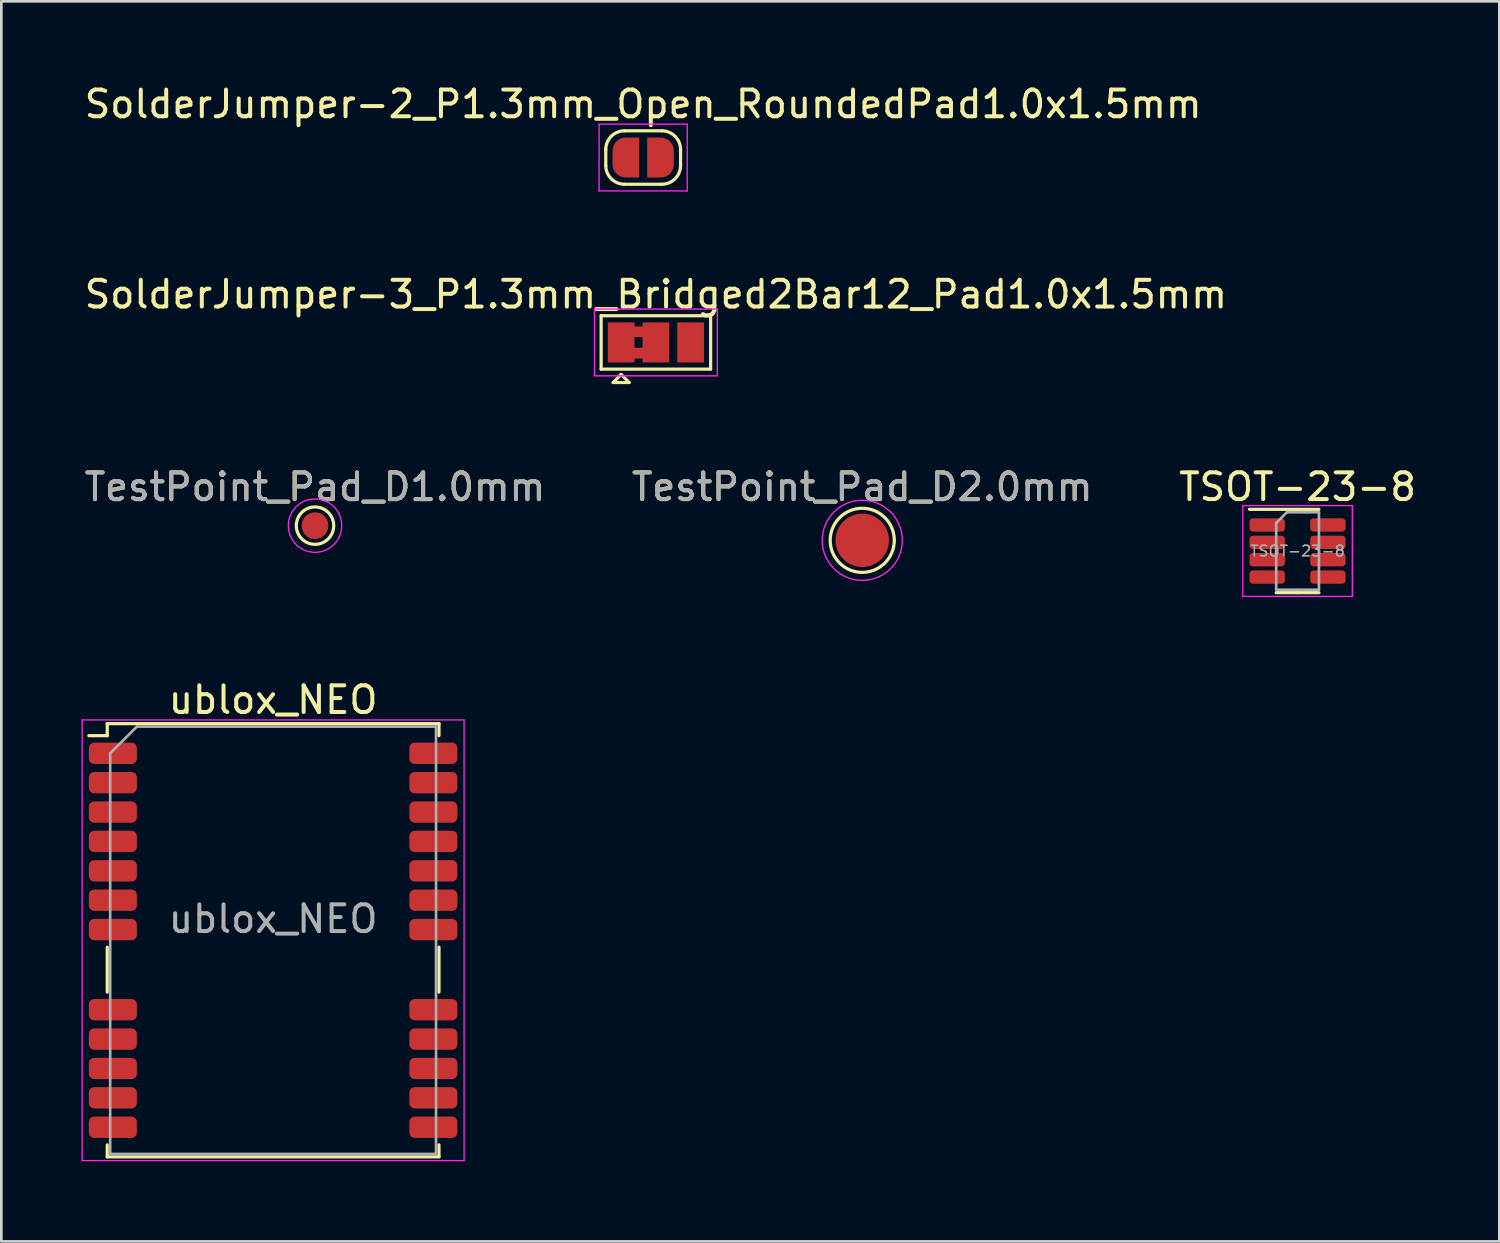
<source format=kicad_pcb>
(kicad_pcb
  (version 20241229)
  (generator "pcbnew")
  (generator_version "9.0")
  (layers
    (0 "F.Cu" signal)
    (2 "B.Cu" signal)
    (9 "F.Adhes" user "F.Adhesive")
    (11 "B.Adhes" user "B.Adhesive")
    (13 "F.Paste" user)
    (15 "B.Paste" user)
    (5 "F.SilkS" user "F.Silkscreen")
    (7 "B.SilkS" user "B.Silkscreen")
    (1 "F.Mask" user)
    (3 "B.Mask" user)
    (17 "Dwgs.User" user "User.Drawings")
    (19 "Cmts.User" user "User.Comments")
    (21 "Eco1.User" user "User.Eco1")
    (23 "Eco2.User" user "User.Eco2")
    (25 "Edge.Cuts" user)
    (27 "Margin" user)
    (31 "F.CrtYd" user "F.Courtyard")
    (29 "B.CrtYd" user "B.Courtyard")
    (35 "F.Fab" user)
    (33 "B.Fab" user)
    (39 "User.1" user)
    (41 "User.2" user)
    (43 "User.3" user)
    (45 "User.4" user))
  (footprint "SolderJumper-2_P1.3mm_Open_RoundedPad1.0x1.5mm"
    (layer "F.Cu")
    (at 21.03 2.848)
    (property "Reference" "SolderJumper-2_P1.3mm_Open_RoundedPad1.0x1.5mm" (at 0 -2 180) (layer "F.SilkS") (effects (font (size 1 1) (thickness 0.15))))
    (attr exclude_from_pos_files)
    (fp_line (start -1.4 0.3) (end -1.4 -0.3) (stroke (width 0.12) (type solid)) (layer "F.SilkS"))
    (fp_line (start -0.7 -1) (end 0.7 -1) (stroke (width 0.12) (type solid)) (layer "F.SilkS"))
    (fp_line (start 0.7 1) (end -0.7 1) (stroke (width 0.12) (type solid)) (layer "F.SilkS"))
    (fp_line (start 1.4 -0.3) (end 1.4 0.3) (stroke (width 0.12) (type solid)) (layer "F.SilkS"))
    (fp_arc (start -1.4 -0.3) (mid -1.194975 -0.794975) (end -0.7 -1) (stroke (width 0.12) (type solid)) (layer "F.SilkS"))
    (fp_arc (start -0.7 1) (mid -1.194975 0.794975) (end -1.4 0.3) (stroke (width 0.12) (type solid)) (layer "F.SilkS"))
    (fp_arc (start 0.7 -1) (mid 1.194975 -0.794975) (end 1.4 -0.3) (stroke (width 0.12) (type solid)) (layer "F.SilkS"))
    (fp_arc (start 1.4 0.3) (mid 1.194975 0.794975) (end 0.7 1) (stroke (width 0.12) (type solid)) (layer "F.SilkS"))
    (fp_line (start -1.65 -1.25) (end -1.65 1.25) (stroke (width 0.05) (type solid)) (layer "F.CrtYd"))
    (fp_line (start -1.65 -1.25) (end 1.65 -1.25) (stroke (width 0.05) (type solid)) (layer "F.CrtYd"))
    (fp_line (start 1.65 1.25) (end -1.65 1.25) (stroke (width 0.05) (type solid)) (layer "F.CrtYd"))
    (fp_line (start 1.65 1.25) (end 1.65 -1.25) (stroke (width 0.05) (type solid)) (layer "F.CrtYd"))
    (pad "1" smd custom (at -0.65 0) (size 1 0.5) (layers "F.Cu" "F.Mask") (options (anchor rect)) (primitives (gr_circle (center 0 0.25) (end 0.5 0.25) (width 0) (fill yes)) (gr_circle (center 0 -0.25) (end 0.5 -0.25) (width 0) (fill yes)) (gr_poly (pts (xy 0.5 0.75) (xy 0 0.75) (xy 0 -0.75) (xy 0.5 -0.75)) (width 0) (fill yes))))
    (pad "2" smd custom (at 0.65 0) (size 1 0.5) (layers "F.Cu" "F.Mask") (options (anchor rect)) (primitives (gr_circle (center 0 0.25) (end 0.5 0.25) (width 0) (fill yes)) (gr_circle (center 0 -0.25) (end 0.5 -0.25) (width 0) (fill yes)) (gr_poly (pts (xy 0 0.75) (xy -0.5 0.75) (xy -0.5 -0.75) (xy 0 -0.75)) (width 0) (fill yes)))))
  (footprint "ublox_NEO"
    (layer "F.Cu")
    (at 7.175 32.153)
    (property "Reference" "ublox_NEO" (at 0 -9 0) (layer "F.SilkS") (effects (font (size 1 1) (thickness 0.15))))
    (attr smd)
    (fp_line (start -6.9 -7.66) (end -6.21 -7.66) (stroke (width 0.12) (type solid)) (layer "F.SilkS"))
    (fp_line (start -6.21 -8.11) (end -6.21 -7.66) (stroke (width 0.12) (type solid)) (layer "F.SilkS"))
    (fp_line (start -6.21 -8.11) (end 6.21 -8.11) (stroke (width 0.12) (type solid)) (layer "F.SilkS"))
    (fp_line (start -6.21 0.26) (end -6.21 1.94) (stroke (width 0.12) (type solid)) (layer "F.SilkS"))
    (fp_line (start -6.21 7.66) (end -6.21 8.11) (stroke (width 0.12) (type solid)) (layer "F.SilkS"))
    (fp_line (start -6.21 8.11) (end 6.21 8.11) (stroke (width 0.12) (type solid)) (layer "F.SilkS"))
    (fp_line (start 6.21 -8.11) (end 6.21 -7.66) (stroke (width 0.12) (type solid)) (layer "F.SilkS"))
    (fp_line (start 6.21 0.26) (end 6.21 1.94) (stroke (width 0.12) (type solid)) (layer "F.SilkS"))
    (fp_line (start 6.21 7.66) (end 6.21 8.1) (stroke (width 0.12) (type solid)) (layer "F.SilkS"))
    (fp_line (start -7.15 -8.25) (end -7.15 8.25) (stroke (width 0.05) (type solid)) (layer "F.CrtYd"))
    (fp_line (start -7.15 -8.25) (end 7.15 -8.25) (stroke (width 0.05) (type solid)) (layer "F.CrtYd"))
    (fp_line (start -7.15 8.25) (end 7.15 8.25) (stroke (width 0.05) (type solid)) (layer "F.CrtYd"))
    (fp_line (start 7.15 -8.25) (end 7.15 8.25) (stroke (width 0.05) (type solid)) (layer "F.CrtYd"))
    (fp_line (start -6.1 -7) (end -6.1 8) (stroke (width 0.1) (type solid)) (layer "F.Fab"))
    (fp_line (start -6.1 8) (end 6.1 8) (stroke (width 0.1) (type solid)) (layer "F.Fab"))
    (fp_line (start -5.1 -8) (end -6.1 -7) (stroke (width 0.1) (type solid)) (layer "F.Fab"))
    (fp_line (start -5.1 -8) (end 6.1 -8) (stroke (width 0.1) (type solid)) (layer "F.Fab"))
    (fp_line (start 6.1 -8) (end 6.1 8) (stroke (width 0.1) (type solid)) (layer "F.Fab"))
    (fp_text user "${REFERENCE}" (at 0 -0.8 0) (layer "F.Fab") (effects (font (size 1 1) (thickness 0.15))))
    (pad "1" smd roundrect (at -6 -7) (size 1.8 0.8) (layers "F.Cu" "F.Mask" "F.Paste") (roundrect_rratio 0.25))
    (pad "2" smd roundrect (at -6 -5.9) (size 1.8 0.8) (layers "F.Cu" "F.Mask" "F.Paste") (roundrect_rratio 0.25))
    (pad "3" smd roundrect (at -6 -4.8) (size 1.8 0.8) (layers "F.Cu" "F.Mask" "F.Paste") (roundrect_rratio 0.25))
    (pad "4" smd roundrect (at -6 -3.7) (size 1.8 0.8) (layers "F.Cu" "F.Mask" "F.Paste") (roundrect_rratio 0.25))
    (pad "5" smd roundrect (at -6 -2.6) (size 1.8 0.8) (layers "F.Cu" "F.Mask" "F.Paste") (roundrect_rratio 0.25))
    (pad "6" smd roundrect (at -6 -1.5) (size 1.8 0.8) (layers "F.Cu" "F.Mask" "F.Paste") (roundrect_rratio 0.25))
    (pad "7" smd roundrect (at -6 -0.4) (size 1.8 0.8) (layers "F.Cu" "F.Mask" "F.Paste") (roundrect_rratio 0.25))
    (pad "8" smd roundrect (at -6 2.6) (size 1.8 0.8) (layers "F.Cu" "F.Mask" "F.Paste") (roundrect_rratio 0.25))
    (pad "9" smd roundrect (at -6 3.7) (size 1.8 0.8) (layers "F.Cu" "F.Mask" "F.Paste") (roundrect_rratio 0.25))
    (pad "10" smd roundrect (at -6 4.8) (size 1.8 0.8) (layers "F.Cu" "F.Mask" "F.Paste") (roundrect_rratio 0.25))
    (pad "11" smd roundrect (at -6 5.9) (size 1.8 0.8) (layers "F.Cu" "F.Mask" "F.Paste") (roundrect_rratio 0.25))
    (pad "12" smd roundrect (at -6 7) (size 1.8 0.8) (layers "F.Cu" "F.Mask" "F.Paste") (roundrect_rratio 0.25))
    (pad "13" smd roundrect (at 6 7) (size 1.8 0.8) (layers "F.Cu" "F.Mask" "F.Paste") (roundrect_rratio 0.25))
    (pad "14" smd roundrect (at 6 5.9) (size 1.8 0.8) (layers "F.Cu" "F.Mask" "F.Paste") (roundrect_rratio 0.25))
    (pad "15" smd roundrect (at 6 4.8) (size 1.8 0.8) (layers "F.Cu" "F.Mask" "F.Paste") (roundrect_rratio 0.25))
    (pad "16" smd roundrect (at 6 3.7) (size 1.8 0.8) (layers "F.Cu" "F.Mask" "F.Paste") (roundrect_rratio 0.25))
    (pad "17" smd roundrect (at 6 2.6) (size 1.8 0.8) (layers "F.Cu" "F.Mask" "F.Paste") (roundrect_rratio 0.25))
    (pad "18" smd roundrect (at 6 -0.4) (size 1.8 0.8) (layers "F.Cu" "F.Mask" "F.Paste") (roundrect_rratio 0.25))
    (pad "19" smd roundrect (at 6 -1.5) (size 1.8 0.8) (layers "F.Cu" "F.Mask" "F.Paste") (roundrect_rratio 0.25))
    (pad "20" smd roundrect (at 6 -2.6) (size 1.8 0.8) (layers "F.Cu" "F.Mask" "F.Paste") (roundrect_rratio 0.25))
    (pad "21" smd roundrect (at 6 -3.7) (size 1.8 0.8) (layers "F.Cu" "F.Mask" "F.Paste") (roundrect_rratio 0.25))
    (pad "22" smd roundrect (at 6 -4.8) (size 1.8 0.8) (layers "F.Cu" "F.Mask" "F.Paste") (roundrect_rratio 0.25))
    (pad "23" smd roundrect (at 6 -5.9) (size 1.8 0.8) (layers "F.Cu" "F.Mask" "F.Paste") (roundrect_rratio 0.25))
    (pad "24" smd roundrect (at 6 -7) (size 1.8 0.8) (layers "F.Cu" "F.Mask" "F.Paste") (roundrect_rratio 0.25)))
  (footprint "TestPoint_Pad_D1.0mm"
    (layer "F.Cu")
    (at 8.744 16.63)
    (property "Reference" "TestPoint_Pad_D1.0mm" (at 0 -1.448 0) (layer "F.SilkS") (effects (font (size 1 1) (thickness 0.15))))
    (attr board_only exclude_from_pos_files exclude_from_bom)
    (fp_circle (center 0 0) (end 0 0.7) (stroke (width 0.12) (type solid)) (fill no) (layer "F.SilkS"))
    (fp_circle (center 0 0) (end 1 0) (stroke (width 0.05) (type solid)) (fill no) (layer "F.CrtYd"))
    (fp_text user "${REFERENCE}" (at 0 -1.45 0) (layer "F.Fab") (effects (font (size 1 1) (thickness 0.15))))
    (pad "1" smd circle (at 0 0 180) (size 1 1) (layers "F.Cu" "F.Mask")))
  (footprint "TestPoint_Pad_D2.0mm"
    (layer "F.Cu")
    (at 29.232 17.18)
    (property "Reference" "TestPoint_Pad_D2.0mm" (at 0 -1.998 0) (layer "F.SilkS") (effects (font (size 1 1) (thickness 0.15))))
    (attr exclude_from_pos_files exclude_from_bom)
    (fp_circle (center 0 0) (end 0 1.2) (stroke (width 0.12) (type solid)) (fill no) (layer "F.SilkS"))
    (fp_circle (center 0 0) (end 1.5 0) (stroke (width 0.05) (type solid)) (fill no) (layer "F.CrtYd"))
    (fp_text user "${REFERENCE}" (at 0 -2 0) (layer "F.Fab") (effects (font (size 1 1) (thickness 0.15))))
    (pad "1" smd circle (at 0 0 180) (size 2 2) (layers "F.Cu" "F.Mask")))
  (footprint "TSOT-23-8"
    (layer "F.Cu")
    (at 45.53 17.58)
    (property "Reference" "TSOT-23-8" (at 0 -2.4 180) (layer "F.SilkS") (effects (font (size 1 1) (thickness 0.15))))
    (attr smd)
    (fp_line (start 0 -1.56) (end -1.8 -1.56) (stroke (width 0.12) (type solid)) (layer "F.SilkS"))
    (fp_line (start 0 -1.56) (end 0.8 -1.56) (stroke (width 0.12) (type solid)) (layer "F.SilkS"))
    (fp_line (start 0 1.56) (end -0.8 1.56) (stroke (width 0.12) (type solid)) (layer "F.SilkS"))
    (fp_line (start 0 1.56) (end 0.8 1.56) (stroke (width 0.12) (type solid)) (layer "F.SilkS"))
    (fp_line (start -2.05 -1.7) (end -2.05 1.7) (stroke (width 0.05) (type solid)) (layer "F.CrtYd"))
    (fp_line (start -2.05 1.7) (end 2.05 1.7) (stroke (width 0.05) (type solid)) (layer "F.CrtYd"))
    (fp_line (start 2.05 -1.7) (end -2.05 -1.7) (stroke (width 0.05) (type solid)) (layer "F.CrtYd"))
    (fp_line (start 2.05 1.7) (end 2.05 -1.7) (stroke (width 0.05) (type solid)) (layer "F.CrtYd"))
    (fp_line (start -0.8 -1.05) (end -0.4 -1.45) (stroke (width 0.1) (type solid)) (layer "F.Fab"))
    (fp_line (start -0.8 1.45) (end -0.8 -1.05) (stroke (width 0.1) (type solid)) (layer "F.Fab"))
    (fp_line (start -0.4 -1.45) (end 0.8 -1.45) (stroke (width 0.1) (type solid)) (layer "F.Fab"))
    (fp_line (start 0.8 -1.45) (end 0.8 1.45) (stroke (width 0.1) (type solid)) (layer "F.Fab"))
    (fp_line (start 0.8 1.45) (end -0.8 1.45) (stroke (width 0.1) (type solid)) (layer "F.Fab"))
    (fp_text user "${REFERENCE}" (at 0 0 180) (layer "F.Fab") (effects (font (size 0.4 0.4) (thickness 0.06))))
    (pad "1" smd roundrect (at -1.137 -0.975) (size 1.325 0.5) (layers "F.Cu" "F.Mask" "F.Paste") (roundrect_rratio 0.25))
    (pad "2" smd roundrect (at -1.137 -0.325) (size 1.325 0.5) (layers "F.Cu" "F.Mask" "F.Paste") (roundrect_rratio 0.25))
    (pad "3" smd roundrect (at -1.137 0.325) (size 1.325 0.5) (layers "F.Cu" "F.Mask" "F.Paste") (roundrect_rratio 0.25))
    (pad "4" smd roundrect (at -1.137 0.975) (size 1.325 0.5) (layers "F.Cu" "F.Mask" "F.Paste") (roundrect_rratio 0.25))
    (pad "5" smd roundrect (at 1.137 0.975) (size 1.325 0.5) (layers "F.Cu" "F.Mask" "F.Paste") (roundrect_rratio 0.25))
    (pad "6" smd roundrect (at 1.137 0.325) (size 1.325 0.5) (layers "F.Cu" "F.Mask" "F.Paste") (roundrect_rratio 0.25))
    (pad "7" smd roundrect (at 1.137 -0.325) (size 1.325 0.5) (layers "F.Cu" "F.Mask" "F.Paste") (roundrect_rratio 0.25))
    (pad "8" smd roundrect (at 1.137 -0.975) (size 1.325 0.5) (layers "F.Cu" "F.Mask" "F.Paste") (roundrect_rratio 0.25)))
  (footprint "SolderJumper-3_P1.3mm_Bridged2Bar12_Pad1.0x1.5mm"
    (layer "F.Cu")
    (at 21.506 9.771)
    (property "Reference" "SolderJumper-3_P1.3mm_Bridged2Bar12_Pad1.0x1.5mm" (at 0 -1.8 0) (layer "F.SilkS") (effects (font (size 1 1) (thickness 0.15))))
    (attr exclude_from_pos_files)
    (fp_poly (pts (xy -0.9 -0.6) (xy -0.4 -0.6) (xy -0.4 -0.2) (xy -0.9 -0.2)) (stroke (width 0) (type solid)) (fill yes) (layer "F.Cu"))
    (fp_poly (pts (xy -0.9 0.2) (xy -0.4 0.2) (xy -0.4 0.6) (xy -0.9 0.6)) (stroke (width 0) (type solid)) (fill yes) (layer "F.Cu"))
    (fp_line (start -2.05 -1) (end 2.05 -1) (stroke (width 0.12) (type solid)) (layer "F.SilkS"))
    (fp_line (start -2.05 1) (end -2.05 -1) (stroke (width 0.12) (type solid)) (layer "F.SilkS"))
    (fp_line (start -1.6 1.5) (end -1 1.5) (stroke (width 0.12) (type solid)) (layer "F.SilkS"))
    (fp_line (start -1.3 1.2) (end -1.6 1.5) (stroke (width 0.12) (type solid)) (layer "F.SilkS"))
    (fp_line (start -1.3 1.2) (end -1 1.5) (stroke (width 0.12) (type solid)) (layer "F.SilkS"))
    (fp_line (start 2.05 -1) (end 2.05 1) (stroke (width 0.12) (type solid)) (layer "F.SilkS"))
    (fp_line (start 2.05 1) (end -2.05 1) (stroke (width 0.12) (type solid)) (layer "F.SilkS"))
    (fp_line (start -2.3 -1.25) (end -2.3 1.25) (stroke (width 0.05) (type solid)) (layer "F.CrtYd"))
    (fp_line (start -2.3 -1.25) (end 2.3 -1.25) (stroke (width 0.05) (type solid)) (layer "F.CrtYd"))
    (fp_line (start 2.3 1.25) (end -2.3 1.25) (stroke (width 0.05) (type solid)) (layer "F.CrtYd"))
    (fp_line (start 2.3 1.25) (end 2.3 -1.25) (stroke (width 0.05) (type solid)) (layer "F.CrtYd"))
    (pad "1" smd rect (at -1.3 0) (size 1 1.5) (layers "F.Cu" "F.Mask"))
    (pad "2" smd rect (at 0 0) (size 1 1.5) (layers "F.Cu" "F.Mask"))
    (pad "3" smd rect (at 1.3 0) (size 1 1.5) (layers "F.Cu" "F.Mask")))
  (gr_rect
    (start -3 -3)
    (end 53.083 43.428)
    (stroke (width 0.1) (type default))
    (fill no)
    (layer "Edge.Cuts")))
</source>
